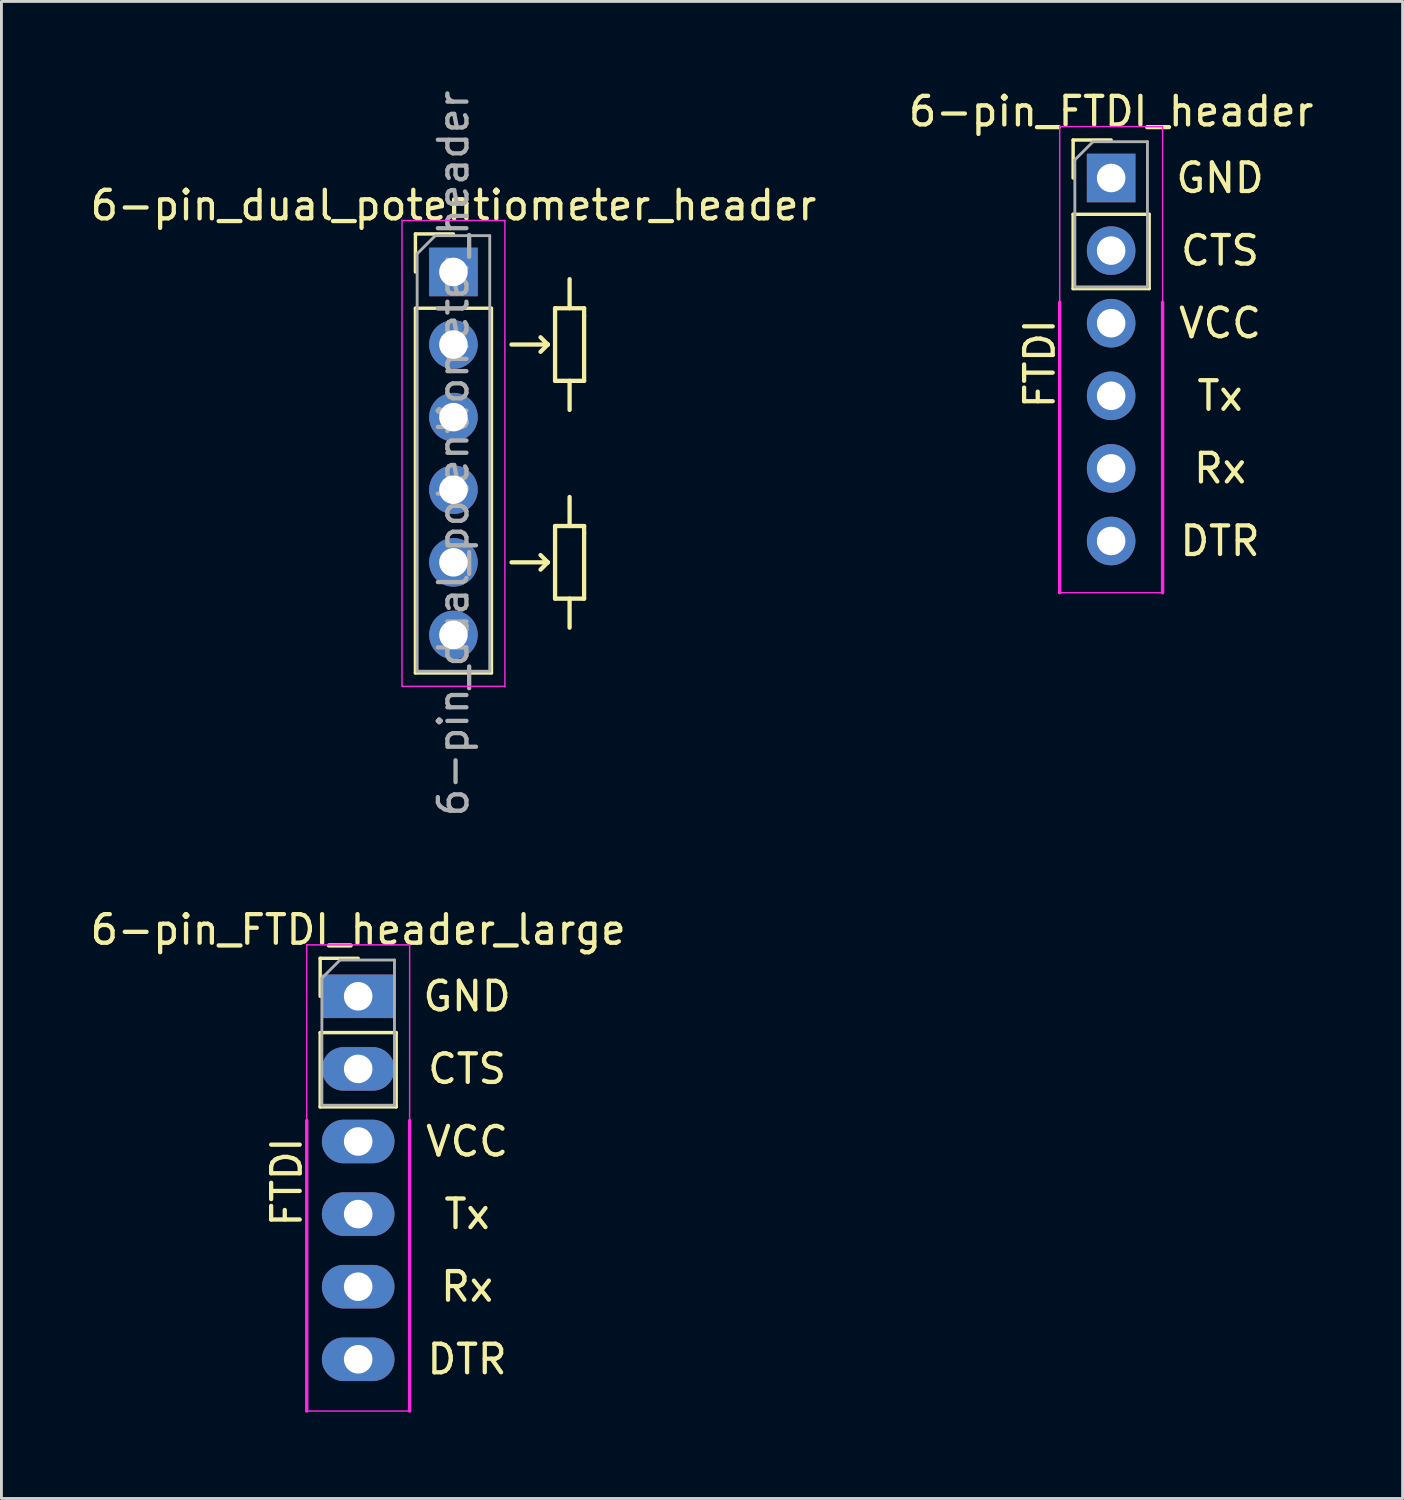
<source format=kicad_pcb>
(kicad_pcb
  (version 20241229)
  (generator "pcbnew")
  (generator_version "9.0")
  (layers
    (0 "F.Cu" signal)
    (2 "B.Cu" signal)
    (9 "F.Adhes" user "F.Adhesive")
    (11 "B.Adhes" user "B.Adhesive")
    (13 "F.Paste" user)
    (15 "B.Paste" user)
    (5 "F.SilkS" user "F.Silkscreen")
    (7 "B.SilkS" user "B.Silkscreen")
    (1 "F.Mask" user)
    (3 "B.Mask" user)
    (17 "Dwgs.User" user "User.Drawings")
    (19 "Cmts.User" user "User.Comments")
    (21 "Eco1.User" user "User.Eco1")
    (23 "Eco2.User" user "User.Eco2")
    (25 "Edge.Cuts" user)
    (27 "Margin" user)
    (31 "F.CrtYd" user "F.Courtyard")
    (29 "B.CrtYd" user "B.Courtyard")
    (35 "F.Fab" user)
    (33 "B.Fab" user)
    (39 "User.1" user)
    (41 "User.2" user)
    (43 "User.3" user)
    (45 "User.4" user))
  (footprint "6-pin_FTDI_header"
    (layer "F.Cu")
    (at 35.827 3.178)
    (property "Reference" "6-pin_FTDI_header" (at 0 -2.33 0) (layer "F.SilkS") (effects (font (size 1 1) (thickness 0.15))))
    (attr through_hole)
    (fp_line (start -1.33 -1.33) (end 0 -1.33) (stroke (width 0.12) (type solid)) (layer "F.SilkS"))
    (fp_line (start -1.33 0) (end -1.33 -1.33) (stroke (width 0.12) (type solid)) (layer "F.SilkS"))
    (fp_line (start -1.33 1.27) (end -1.33 3.87) (stroke (width 0.12) (type solid)) (layer "F.SilkS"))
    (fp_line (start -1.33 1.27) (end 1.33 1.27) (stroke (width 0.12) (type solid)) (layer "F.SilkS"))
    (fp_line (start -1.33 3.87) (end 1.33 3.87) (stroke (width 0.12) (type solid)) (layer "F.SilkS"))
    (fp_line (start 1.33 1.27) (end 1.33 3.87) (stroke (width 0.12) (type solid)) (layer "F.SilkS"))
    (fp_line (start -1.8 -1.8) (end -1.8 4.35) (stroke (width 0.05) (type solid)) (layer "F.CrtYd"))
    (fp_line (start -1.8 4.35) (end -1.8 14.51) (stroke (width 0.12) (type solid)) (layer "F.CrtYd"))
    (fp_line (start -1.8 14.51) (end 1.8 14.51) (stroke (width 0.05) (type solid)) (layer "F.CrtYd"))
    (fp_line (start 1.8 -1.8) (end -1.8 -1.8) (stroke (width 0.05) (type solid)) (layer "F.CrtYd"))
    (fp_line (start 1.8 4.35) (end 1.8 -1.8) (stroke (width 0.05) (type solid)) (layer "F.CrtYd"))
    (fp_line (start 1.8 14.51) (end 1.8 4.35) (stroke (width 0.12) (type solid)) (layer "F.CrtYd"))
    (fp_line (start -1.27 -0.635) (end -0.635 -1.27) (stroke (width 0.1) (type solid)) (layer "F.Fab"))
    (fp_line (start -1.27 3.81) (end -1.27 -0.635) (stroke (width 0.1) (type solid)) (layer "F.Fab"))
    (fp_line (start -0.635 -1.27) (end 1.27 -1.27) (stroke (width 0.1) (type solid)) (layer "F.Fab"))
    (fp_line (start 1.27 -1.27) (end 1.27 3.81) (stroke (width 0.1) (type solid)) (layer "F.Fab"))
    (fp_line (start 1.27 3.81) (end -1.27 3.81) (stroke (width 0.1) (type solid)) (layer "F.Fab"))
    (fp_text user "CTS" (at 3.81 2.54 0) (layer "F.SilkS") (effects (font (size 1 1) (thickness 0.15))))
    (fp_text user "GND" (at 3.81 0 0) (layer "F.SilkS") (effects (font (size 1 1) (thickness 0.15))))
    (fp_text user "Tx" (at 3.81 7.62 0) (layer "F.SilkS") (effects (font (size 1 1) (thickness 0.15))))
    (fp_text user "Rx" (at 3.81 10.16 0) (layer "F.SilkS") (effects (font (size 1 1) (thickness 0.15))))
    (fp_text user "FTDI" (at -2.5 6.5 90) (layer "F.SilkS") (effects (font (size 1 1) (thickness 0.15))))
    (fp_text user "DTR" (at 3.81 12.7 0) (layer "F.SilkS") (effects (font (size 1 1) (thickness 0.15))))
    (fp_text user "VCC" (at 3.81 5.08 0) (layer "F.SilkS") (effects (font (size 1 1) (thickness 0.15))))
    (pad "1" thru_hole rect (at 0 0) (size 1.7 1.7) (drill 1) (layers "*.Cu" "*.Mask"))
    (pad "2" thru_hole oval (at 0 2.54) (size 1.7 1.7) (drill 1) (layers "*.Cu" "*.Mask"))
    (pad "3" thru_hole oval (at 0 5.08) (size 1.7 1.7) (drill 1) (layers "*.Cu" "*.Mask"))
    (pad "4" thru_hole oval (at 0 7.62) (size 1.7 1.7) (drill 1) (layers "*.Cu" "*.Mask"))
    (pad "5" thru_hole oval (at 0 10.16) (size 1.7 1.7) (drill 1) (layers "*.Cu" "*.Mask"))
    (pad "6" thru_hole oval (at 0 12.7) (size 1.7 1.7) (drill 1) (layers "*.Cu" "*.Mask")))
  (footprint "6-pin_dual_potentiometer_header"
    (layer "F.Cu")
    (at 12.815 6.465)
    (property "Reference" "6-pin_dual_potentiometer_header" (at 0 -2.33 0) (layer "F.SilkS") (effects (font (size 1 1) (thickness 0.15))))
    (attr through_hole)
    (fp_line (start -1.33 -1.33) (end 0 -1.33) (stroke (width 0.12) (type solid)) (layer "F.SilkS"))
    (fp_line (start -1.33 0) (end -1.33 -1.33) (stroke (width 0.12) (type solid)) (layer "F.SilkS"))
    (fp_line (start -1.33 1.27) (end -1.33 14.03) (stroke (width 0.12) (type solid)) (layer "F.SilkS"))
    (fp_line (start -1.33 1.27) (end 1.33 1.27) (stroke (width 0.12) (type solid)) (layer "F.SilkS"))
    (fp_line (start -1.33 14.03) (end 1.33 14.03) (stroke (width 0.12) (type solid)) (layer "F.SilkS"))
    (fp_line (start 1.33 1.27) (end 1.33 14.03) (stroke (width 0.12) (type solid)) (layer "F.SilkS"))
    (fp_line (start 2.032 2.54) (end 3.302 2.54) (stroke (width 0.15) (type solid)) (layer "F.SilkS"))
    (fp_line (start 2.032 10.16) (end 3.302 10.16) (stroke (width 0.15) (type solid)) (layer "F.SilkS"))
    (fp_line (start 3.302 2.54) (end 3.048 2.286) (stroke (width 0.15) (type solid)) (layer "F.SilkS"))
    (fp_line (start 3.302 2.54) (end 3.048 2.794) (stroke (width 0.15) (type solid)) (layer "F.SilkS"))
    (fp_line (start 3.302 10.16) (end 3.048 9.906) (stroke (width 0.15) (type solid)) (layer "F.SilkS"))
    (fp_line (start 3.302 10.16) (end 3.048 10.414) (stroke (width 0.15) (type solid)) (layer "F.SilkS"))
    (fp_line (start 3.556 1.27) (end 3.556 3.81) (stroke (width 0.15) (type solid)) (layer "F.SilkS"))
    (fp_line (start 3.556 3.81) (end 4.572 3.81) (stroke (width 0.15) (type solid)) (layer "F.SilkS"))
    (fp_line (start 3.556 8.89) (end 3.556 11.43) (stroke (width 0.15) (type solid)) (layer "F.SilkS"))
    (fp_line (start 3.556 11.43) (end 4.572 11.43) (stroke (width 0.15) (type solid)) (layer "F.SilkS"))
    (fp_line (start 4.064 1.27) (end 4.064 0.254) (stroke (width 0.15) (type solid)) (layer "F.SilkS"))
    (fp_line (start 4.064 3.81) (end 4.064 4.826) (stroke (width 0.15) (type solid)) (layer "F.SilkS"))
    (fp_line (start 4.064 8.89) (end 4.064 7.874) (stroke (width 0.15) (type solid)) (layer "F.SilkS"))
    (fp_line (start 4.064 11.43) (end 4.064 12.446) (stroke (width 0.15) (type solid)) (layer "F.SilkS"))
    (fp_line (start 4.572 1.27) (end 3.556 1.27) (stroke (width 0.15) (type solid)) (layer "F.SilkS"))
    (fp_line (start 4.572 1.524) (end 4.572 1.27) (stroke (width 0.15) (type solid)) (layer "F.SilkS"))
    (fp_line (start 4.572 3.81) (end 4.572 1.524) (stroke (width 0.15) (type solid)) (layer "F.SilkS"))
    (fp_line (start 4.572 8.89) (end 3.556 8.89) (stroke (width 0.15) (type solid)) (layer "F.SilkS"))
    (fp_line (start 4.572 9.144) (end 4.572 8.89) (stroke (width 0.15) (type solid)) (layer "F.SilkS"))
    (fp_line (start 4.572 11.43) (end 4.572 9.144) (stroke (width 0.15) (type solid)) (layer "F.SilkS"))
    (fp_line (start -1.8 -1.8) (end -1.8 14.5) (stroke (width 0.05) (type solid)) (layer "F.CrtYd"))
    (fp_line (start -1.8 14.5) (end 1.8 14.5) (stroke (width 0.05) (type solid)) (layer "F.CrtYd"))
    (fp_line (start 1.8 -1.8) (end -1.8 -1.8) (stroke (width 0.05) (type solid)) (layer "F.CrtYd"))
    (fp_line (start 1.8 14.5) (end 1.8 -1.8) (stroke (width 0.05) (type solid)) (layer "F.CrtYd"))
    (fp_line (start -1.27 -0.635) (end -0.635 -1.27) (stroke (width 0.1) (type solid)) (layer "F.Fab"))
    (fp_line (start -1.27 13.97) (end -1.27 -0.635) (stroke (width 0.1) (type solid)) (layer "F.Fab"))
    (fp_line (start -0.635 -1.27) (end 1.27 -1.27) (stroke (width 0.1) (type solid)) (layer "F.Fab"))
    (fp_line (start 1.27 -1.27) (end 1.27 13.97) (stroke (width 0.1) (type solid)) (layer "F.Fab"))
    (fp_line (start 1.27 13.97) (end -1.27 13.97) (stroke (width 0.1) (type solid)) (layer "F.Fab"))
    (fp_text user "${REFERENCE}" (at 0 6.35 90) (layer "F.Fab") (effects (font (size 1 1) (thickness 0.15))))
    (pad "1" thru_hole rect (at 0 0) (size 1.7 1.7) (drill 1) (layers "*.Cu" "*.Mask"))
    (pad "2" thru_hole oval (at 0 2.54) (size 1.7 1.7) (drill 1) (layers "*.Cu" "*.Mask"))
    (pad "3" thru_hole oval (at 0 5.08) (size 1.7 1.7) (drill 1) (layers "*.Cu" "*.Mask"))
    (pad "4" thru_hole oval (at 0 7.62) (size 1.7 1.7) (drill 1) (layers "*.Cu" "*.Mask"))
    (pad "5" thru_hole oval (at 0 10.16) (size 1.7 1.7) (drill 1) (layers "*.Cu" "*.Mask"))
    (pad "6" thru_hole oval (at 0 12.7) (size 1.7 1.7) (drill 1) (layers "*.Cu" "*.Mask")))
  (footprint "6-pin_FTDI_header_large"
    (layer "F.Cu")
    (at 9.482 31.809)
    (property "Reference" "6-pin_FTDI_header_large" (at 0 -2.33 0) (layer "F.SilkS") (effects (font (size 1 1) (thickness 0.15))))
    (attr through_hole)
    (fp_line (start -1.33 -1.33) (end 0 -1.33) (stroke (width 0.12) (type solid)) (layer "F.SilkS"))
    (fp_line (start -1.33 0) (end -1.33 -1.33) (stroke (width 0.12) (type solid)) (layer "F.SilkS"))
    (fp_line (start -1.33 1.27) (end -1.33 3.87) (stroke (width 0.12) (type solid)) (layer "F.SilkS"))
    (fp_line (start -1.33 1.27) (end 1.33 1.27) (stroke (width 0.12) (type solid)) (layer "F.SilkS"))
    (fp_line (start -1.33 3.87) (end 1.33 3.87) (stroke (width 0.12) (type solid)) (layer "F.SilkS"))
    (fp_line (start 1.33 1.27) (end 1.33 3.87) (stroke (width 0.12) (type solid)) (layer "F.SilkS"))
    (fp_line (start -1.8 -1.8) (end -1.8 4.35) (stroke (width 0.05) (type solid)) (layer "F.CrtYd"))
    (fp_line (start -1.8 4.35) (end -1.8 14.51) (stroke (width 0.12) (type solid)) (layer "F.CrtYd"))
    (fp_line (start -1.8 14.51) (end 1.8 14.51) (stroke (width 0.05) (type solid)) (layer "F.CrtYd"))
    (fp_line (start 1.8 -1.8) (end -1.8 -1.8) (stroke (width 0.05) (type solid)) (layer "F.CrtYd"))
    (fp_line (start 1.8 4.35) (end 1.8 -1.8) (stroke (width 0.05) (type solid)) (layer "F.CrtYd"))
    (fp_line (start 1.8 14.51) (end 1.8 4.35) (stroke (width 0.12) (type solid)) (layer "F.CrtYd"))
    (fp_line (start -1.27 -0.635) (end -0.635 -1.27) (stroke (width 0.1) (type solid)) (layer "F.Fab"))
    (fp_line (start -1.27 3.81) (end -1.27 -0.635) (stroke (width 0.1) (type solid)) (layer "F.Fab"))
    (fp_line (start -0.635 -1.27) (end 1.27 -1.27) (stroke (width 0.1) (type solid)) (layer "F.Fab"))
    (fp_line (start 1.27 -1.27) (end 1.27 3.81) (stroke (width 0.1) (type solid)) (layer "F.Fab"))
    (fp_line (start 1.27 3.81) (end -1.27 3.81) (stroke (width 0.1) (type solid)) (layer "F.Fab"))
    (fp_text user "FTDI" (at -2.5 6.5 90) (layer "F.SilkS") (effects (font (size 1 1) (thickness 0.15))))
    (fp_text user "Rx" (at 3.81 10.16 0) (layer "F.SilkS") (effects (font (size 1 1) (thickness 0.15))))
    (fp_text user "GND" (at 3.81 0 0) (layer "F.SilkS") (effects (font (size 1 1) (thickness 0.15))))
    (fp_text user "CTS" (at 3.81 2.54 0) (layer "F.SilkS") (effects (font (size 1 1) (thickness 0.15))))
    (fp_text user "DTR" (at 3.81 12.7 0) (layer "F.SilkS") (effects (font (size 1 1) (thickness 0.15))))
    (fp_text user "VCC" (at 3.81 5.08 0) (layer "F.SilkS") (effects (font (size 1 1) (thickness 0.15))))
    (fp_text user "Tx" (at 3.81 7.62 0) (layer "F.SilkS") (effects (font (size 1 1) (thickness 0.15))))
    (pad "1" thru_hole rect (at 0 0) (size 2.54 1.524) (drill 1) (layers "*.Cu" "*.Mask"))
    (pad "2" thru_hole oval (at 0 2.54) (size 2.54 1.524) (drill 1) (layers "*.Cu" "*.Mask"))
    (pad "3" thru_hole oval (at 0 5.08) (size 2.54 1.524) (drill 1) (layers "*.Cu" "*.Mask"))
    (pad "4" thru_hole oval (at 0 7.62) (size 2.54 1.524) (drill 1) (layers "*.Cu" "*.Mask"))
    (pad "5" thru_hole oval (at 0 10.16) (size 2.54 1.524) (drill 1) (layers "*.Cu" "*.Mask"))
    (pad "6" thru_hole oval (at 0 12.7) (size 2.54 1.524) (drill 1) (layers "*.Cu" "*.Mask")))
  (gr_rect
    (start -3 -3)
    (end 46.024 49.379)
    (stroke (width 0.1) (type default))
    (fill no)
    (layer "Edge.Cuts")))
</source>
